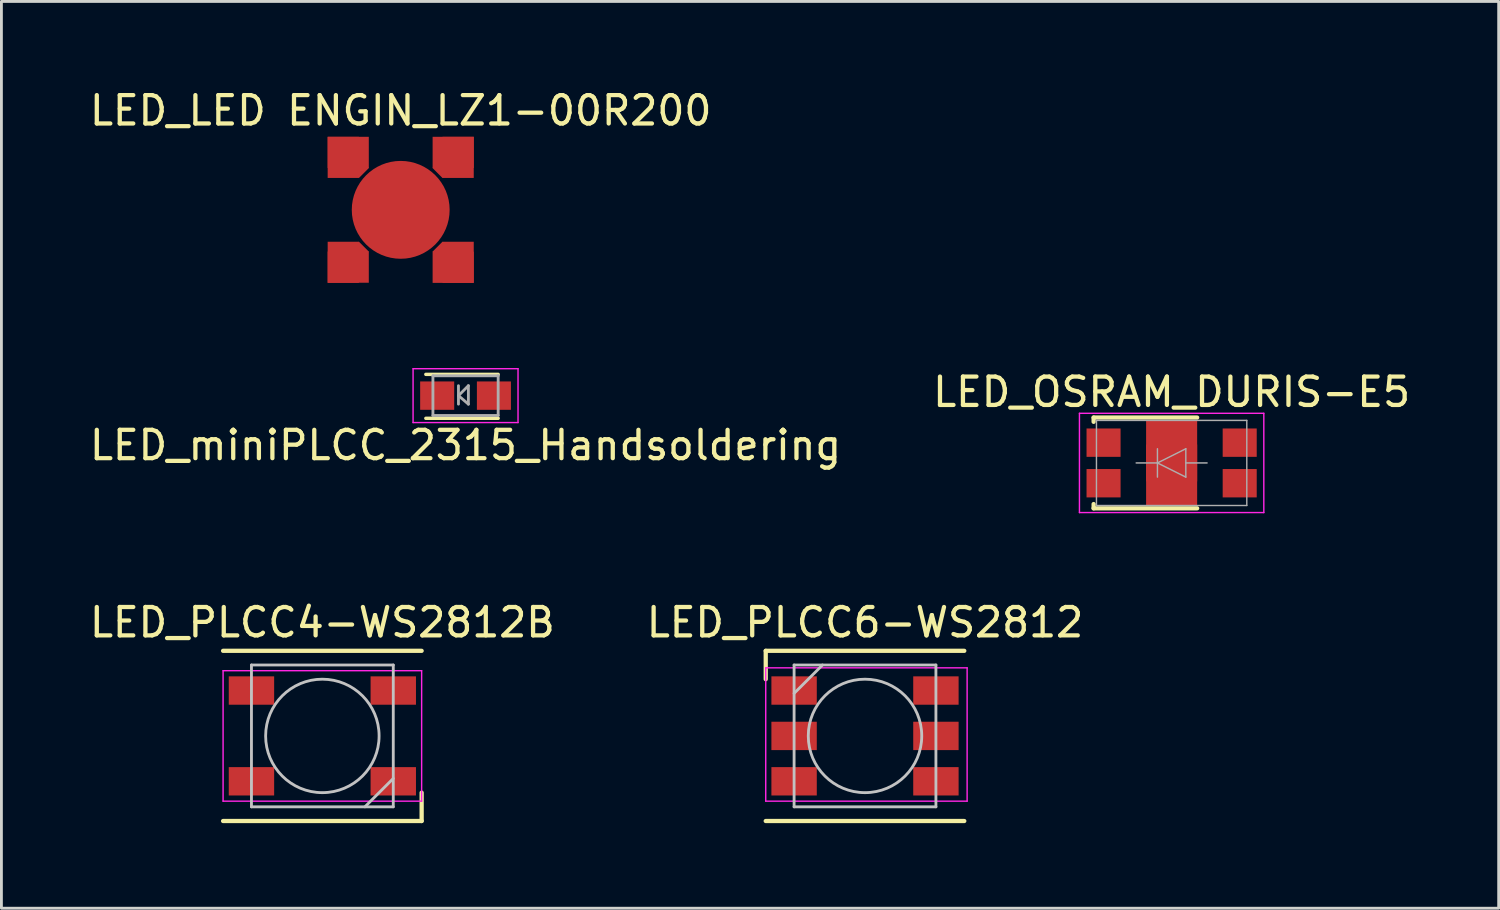
<source format=kicad_pcb>
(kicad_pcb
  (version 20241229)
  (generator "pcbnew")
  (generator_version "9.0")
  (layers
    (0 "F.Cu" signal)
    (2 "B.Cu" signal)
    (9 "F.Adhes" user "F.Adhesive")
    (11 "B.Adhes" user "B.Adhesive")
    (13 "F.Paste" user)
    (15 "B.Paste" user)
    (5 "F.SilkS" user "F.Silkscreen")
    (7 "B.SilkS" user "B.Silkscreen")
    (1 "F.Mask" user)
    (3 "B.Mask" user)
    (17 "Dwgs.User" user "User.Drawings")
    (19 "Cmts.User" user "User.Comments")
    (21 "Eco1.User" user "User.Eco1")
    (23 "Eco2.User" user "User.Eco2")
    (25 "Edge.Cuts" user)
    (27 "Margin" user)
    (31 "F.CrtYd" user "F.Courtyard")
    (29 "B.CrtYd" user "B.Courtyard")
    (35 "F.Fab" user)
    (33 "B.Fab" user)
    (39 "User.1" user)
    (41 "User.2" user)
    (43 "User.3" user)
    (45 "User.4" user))
  (footprint "LED_OSRAM_DURIS-E5"
    (layer "F.Cu")
    (at 38.256 13.271)
    (property "Reference" "LED_OSRAM_DURIS-E5" (at 0 -2.5 0) (layer "F.SilkS") (effects (font (size 1 1) (thickness 0.15))))
    (attr smd)
    (fp_line (start -2.75 -1.6) (end -2.75 -1.45) (stroke (width 0.15) (type solid)) (layer "F.SilkS"))
    (fp_line (start -2.75 1.6) (end -2.75 1.45) (stroke (width 0.15) (type solid)) (layer "F.SilkS"))
    (fp_line (start 0.9 -1.6) (end -2.75 -1.6) (stroke (width 0.15) (type solid)) (layer "F.SilkS"))
    (fp_line (start 0.9 1.6) (end -2.75 1.6) (stroke (width 0.15) (type solid)) (layer "F.SilkS"))
    (fp_line (start -3.25 -1.75) (end 3.25 -1.75) (stroke (width 0.05) (type solid)) (layer "F.CrtYd"))
    (fp_line (start -3.25 1.75) (end -3.25 -1.75) (stroke (width 0.05) (type solid)) (layer "F.CrtYd"))
    (fp_line (start 3.25 -1.75) (end 3.25 1.75) (stroke (width 0.05) (type solid)) (layer "F.CrtYd"))
    (fp_line (start 3.25 1.75) (end -3.25 1.75) (stroke (width 0.05) (type solid)) (layer "F.CrtYd"))
    (fp_line (start -2.65 -1.5) (end 2.65 -1.5) (stroke (width 0.05) (type solid)) (layer "F.Fab"))
    (fp_line (start -2.65 1.5) (end -2.65 -1.5) (stroke (width 0.05) (type solid)) (layer "F.Fab"))
    (fp_line (start -0.5 -0.5) (end -0.5 0.5) (stroke (width 0.05) (type solid)) (layer "F.Fab"))
    (fp_line (start -0.5 0) (end -1.25 0) (stroke (width 0.05) (type solid)) (layer "F.Fab"))
    (fp_line (start -0.5 0) (end 0.5 -0.5) (stroke (width 0.05) (type solid)) (layer "F.Fab"))
    (fp_line (start 0.5 -0.5) (end 0.5 0.5) (stroke (width 0.05) (type solid)) (layer "F.Fab"))
    (fp_line (start 0.5 0) (end 1.25 0) (stroke (width 0.05) (type solid)) (layer "F.Fab"))
    (fp_line (start 0.5 0.5) (end -0.5 0) (stroke (width 0.05) (type solid)) (layer "F.Fab"))
    (fp_line (start 2.65 -1.5) (end 2.65 1.5) (stroke (width 0.05) (type solid)) (layer "F.Fab"))
    (fp_line (start 2.65 1.5) (end -2.65 1.5) (stroke (width 0.05) (type solid)) (layer "F.Fab"))
    (pad "1" smd rect (at -2.4 -0.715) (size 1.2 1) (layers "F.Cu" "F.Mask" "F.Paste"))
    (pad "1" smd rect (at -2.4 0.715) (size 1.2 1) (layers "F.Cu" "F.Mask" "F.Paste"))
    (pad "2" smd rect (at 2.4 -0.715) (size 1.2 1) (layers "F.Cu" "F.Mask" "F.Paste"))
    (pad "2" smd rect (at 2.4 0.715) (size 1.2 1) (layers "F.Cu" "F.Mask" "F.Paste"))
    (pad "3" smd rect (at -0.5 -0.375) (size 0.7 0.5) (layers "F.Cu" "F.Mask" "F.Paste"))
    (pad "3" smd rect (at -0.5 0.375) (size 0.7 0.5) (layers "F.Cu" "F.Mask" "F.Paste"))
    (pad "3" smd rect (at 0 0) (size 1.8 1.3) (layers "F.Cu" "F.Mask"))
    (pad "3" smd rect (at 0 0) (size 1.8 3) (layers "F.Cu"))
    (pad "3" smd rect (at 0.5 -0.375) (size 0.7 0.5) (layers "F.Cu" "F.Mask" "F.Paste"))
    (pad "3" smd rect (at 0.5 0.375) (size 0.7 0.5) (layers "F.Cu" "F.Mask" "F.Paste")))
  (footprint "LED_LED ENGIN_LZ1-00R200"
    (layer "F.Cu")
    (at 11.077 4.348)
    (property "Reference" "LED_LED ENGIN_LZ1-00R200" (at 0 -3.5 0) (layer "F.SilkS") (effects (font (size 1 1) (thickness 0.15))))
    (attr through_hole)
    (pad "1" smd rect (at -2.575 -2.575) (size 1.1 1.45) (drill (offset 0.55 0.725)) (layers "F.Cu" "F.Mask" "F.Paste"))
    (pad "1" smd rect (at -2.575 -2.575) (size 1.45 1.1) (drill (offset 0.725 0.55)) (layers "F.Cu" "F.Mask" "F.Paste"))
    (pad "1" smd rect (at -2.575 2.57) (size 1.45 1.1) (drill (offset 0.725 -0.55)) (layers "F.Cu" "F.Mask" "F.Paste"))
    (pad "1" smd rect (at -2.575 2.575) (size 1.1 1.45) (drill (offset 0.55 -0.725)) (layers "F.Cu" "F.Mask" "F.Paste"))
    (pad "1" smd rect (at -1.475 -1.475 45) (size 0.5 0.5) (layers "F.Cu" "F.Mask" "F.Paste"))
    (pad "1" smd rect (at -1.475 1.475 45) (size 0.5 0.5) (layers "F.Cu" "F.Mask" "F.Paste"))
    (pad "2" smd circle (at 0 0) (size 3.45 3.45) (layers "F.Cu" "F.Mask" "F.Paste"))
    (pad "2" smd rect (at 1.475 -1.475 45) (size 0.5 0.5) (layers "F.Cu" "F.Mask" "F.Paste"))
    (pad "2" smd rect (at 1.475 1.475 45) (size 0.5 0.5) (layers "F.Cu" "F.Mask" "F.Paste"))
    (pad "2" smd rect (at 2.575 -2.575) (size 1.1 1.45) (drill (offset -0.55 0.725)) (layers "F.Cu" "F.Mask" "F.Paste"))
    (pad "2" smd rect (at 2.575 -2.575) (size 1.45 1.1) (drill (offset -0.725 0.55)) (layers "F.Cu" "F.Mask" "F.Paste"))
    (pad "2" smd rect (at 2.575 2.575) (size 1.1 1.45) (drill (offset -0.55 -0.725)) (layers "F.Cu" "F.Mask" "F.Paste"))
    (pad "2" smd rect (at 2.575 2.575) (size 1.45 1.1) (drill (offset -0.725 -0.55)) (layers "F.Cu" "F.Mask" "F.Paste")))
  (footprint "LED_PLCC4-WS2812B"
    (layer "F.Cu")
    (at 8.315 22.895)
    (property "Reference" "LED_PLCC4-WS2812B" (at 0 -4 0) (layer "F.SilkS") (effects (font (size 1 1) (thickness 0.15))))
    (attr smd)
    (fp_line (start -3.5 -3) (end 3.5 -3) (stroke (width 0.15) (type solid)) (layer "F.SilkS"))
    (fp_line (start -3.5 3) (end 3.5 3) (stroke (width 0.15) (type solid)) (layer "F.SilkS"))
    (fp_line (start 3.5 3) (end 3.5 2) (stroke (width 0.15) (type solid)) (layer "F.SilkS"))
    (fp_line (start -2.5 -2.5) (end -2.5 2.5) (stroke (width 0.1) (type solid)) (layer "Dwgs.User"))
    (fp_line (start -2.5 2.5) (end 2.5 2.5) (stroke (width 0.1) (type solid)) (layer "Dwgs.User"))
    (fp_line (start 2.5 -2.5) (end -2.5 -2.5) (stroke (width 0.1) (type solid)) (layer "Dwgs.User"))
    (fp_line (start 2.5 1.5) (end 1.5 2.5) (stroke (width 0.1) (type solid)) (layer "Dwgs.User"))
    (fp_line (start 2.5 2.5) (end 2.5 -2.5) (stroke (width 0.1) (type solid)) (layer "Dwgs.User"))
    (fp_circle (center 0 0) (end 0 -2) (stroke (width 0.1) (type solid)) (fill no) (layer "Dwgs.User"))
    (fp_line (start -3.5 -2.3) (end -3.5 2.3) (stroke (width 0.05) (type solid)) (layer "F.CrtYd"))
    (fp_line (start -3.5 2.3) (end 3.5 2.3) (stroke (width 0.05) (type solid)) (layer "F.CrtYd"))
    (fp_line (start 3.5 -2.3) (end -3.5 -2.3) (stroke (width 0.05) (type solid)) (layer "F.CrtYd"))
    (fp_line (start 3.5 2.3) (end 3.5 -2.3) (stroke (width 0.05) (type solid)) (layer "F.CrtYd"))
    (pad "1" smd rect (at -2.5 -1.6) (size 1.6 1) (layers "F.Cu" "F.Mask" "F.Paste"))
    (pad "2" smd rect (at -2.5 1.6) (size 1.6 1) (layers "F.Cu" "F.Mask" "F.Paste"))
    (pad "3" smd rect (at 2.5 1.6) (size 1.6 1) (layers "F.Cu" "F.Mask" "F.Paste"))
    (pad "4" smd rect (at 2.5 -1.6) (size 1.6 1) (layers "F.Cu" "F.Mask" "F.Paste")))
  (footprint "LED_PLCC6-WS2812"
    (layer "F.Cu")
    (at 27.446 22.895)
    (property "Reference" "LED_PLCC6-WS2812" (at 0 -4 0) (layer "F.SilkS") (effects (font (size 1 1) (thickness 0.15))))
    (attr through_hole)
    (fp_line (start -3.5 -3) (end 3.5 -3) (stroke (width 0.15) (type solid)) (layer "F.SilkS"))
    (fp_line (start -3.5 -2) (end -3.5 -3) (stroke (width 0.15) (type solid)) (layer "F.SilkS"))
    (fp_line (start -3.5 3) (end 3.5 3) (stroke (width 0.15) (type solid)) (layer "F.SilkS"))
    (fp_line (start -2.5 -2.5) (end 2.5 -2.5) (stroke (width 0.1) (type solid)) (layer "Dwgs.User"))
    (fp_line (start -2.5 -1.5) (end -1.5 -2.5) (stroke (width 0.1) (type solid)) (layer "Dwgs.User"))
    (fp_line (start -2.5 2.5) (end -2.5 -2.5) (stroke (width 0.1) (type solid)) (layer "Dwgs.User"))
    (fp_line (start 2.5 -2.5) (end 2.5 2.5) (stroke (width 0.1) (type solid)) (layer "Dwgs.User"))
    (fp_line (start 2.5 2.5) (end -2.5 2.5) (stroke (width 0.1) (type solid)) (layer "Dwgs.User"))
    (fp_circle (center 0 0) (end 0 -2) (stroke (width 0.1) (type solid)) (fill no) (layer "Dwgs.User"))
    (fp_line (start -3.5 -2.4) (end 3.6 -2.4) (stroke (width 0.05) (type solid)) (layer "F.CrtYd"))
    (fp_line (start -3.5 2.3) (end -3.5 -2.4) (stroke (width 0.05) (type solid)) (layer "F.CrtYd"))
    (fp_line (start 3.6 -2.4) (end 3.6 2.3) (stroke (width 0.05) (type solid)) (layer "F.CrtYd"))
    (fp_line (start 3.6 2.3) (end -3.5 2.3) (stroke (width 0.05) (type solid)) (layer "F.CrtYd"))
    (pad "1" smd rect (at -2.5 -1.6) (size 1.6 1) (layers "F.Cu" "F.Mask" "F.Paste"))
    (pad "2" smd rect (at -2.5 0) (size 1.6 1) (layers "F.Cu" "F.Mask" "F.Paste"))
    (pad "3" smd rect (at -2.5 1.6) (size 1.6 1) (layers "F.Cu" "F.Mask" "F.Paste"))
    (pad "4" smd rect (at 2.5 1.6) (size 1.6 1) (layers "F.Cu" "F.Mask" "F.Paste"))
    (pad "5" smd rect (at 2.5 0) (size 1.6 1) (layers "F.Cu" "F.Mask" "F.Paste"))
    (pad "6" smd rect (at 2.5 -1.6) (size 1.6 1) (layers "F.Cu" "F.Mask" "F.Paste")))
  (footprint "LED_miniPLCC_2315_Handsoldering"
    (layer "F.Cu")
    (at 13.363 10.898)
    (property "Reference" "LED_miniPLCC_2315_Handsoldering" (at 0 1.75 0) (layer "F.SilkS") (effects (font (size 1 1) (thickness 0.15))))
    (attr smd)
    (fp_line (start -1.4 0.8) (end 1.15 0.8) (stroke (width 0.12) (type solid)) (layer "F.SilkS"))
    (fp_line (start 1.15 -0.75) (end -1.4 -0.75) (stroke (width 0.12) (type solid)) (layer "F.SilkS"))
    (fp_line (start -1.85 -0.95) (end 1.85 -0.95) (stroke (width 0.05) (type solid)) (layer "F.CrtYd"))
    (fp_line (start -1.85 0.95) (end -1.85 -0.95) (stroke (width 0.05) (type solid)) (layer "F.CrtYd"))
    (fp_line (start 1.85 -0.95) (end 1.85 0.95) (stroke (width 0.05) (type solid)) (layer "F.CrtYd"))
    (fp_line (start 1.85 0.95) (end -1.85 0.95) (stroke (width 0.05) (type solid)) (layer "F.CrtYd"))
    (fp_line (start -1.15 -0.7) (end 1.15 -0.7) (stroke (width 0.1) (type solid)) (layer "F.Fab"))
    (fp_line (start -1.15 0.7) (end -1.15 -0.7) (stroke (width 0.1) (type solid)) (layer "F.Fab"))
    (fp_line (start -0.25 -0.35) (end -0.25 0.3) (stroke (width 0.1) (type solid)) (layer "F.Fab"))
    (fp_line (start -0.25 0) (end 0.1 0.3) (stroke (width 0.1) (type solid)) (layer "F.Fab"))
    (fp_line (start 0.1 -0.35) (end -0.25 0) (stroke (width 0.1) (type solid)) (layer "F.Fab"))
    (fp_line (start 0.1 0.3) (end 0.1 -0.35) (stroke (width 0.1) (type solid)) (layer "F.Fab"))
    (fp_line (start 1.15 -0.7) (end 1.15 0.7) (stroke (width 0.1) (type solid)) (layer "F.Fab"))
    (fp_line (start 1.15 0.7) (end -1.15 0.7) (stroke (width 0.1) (type solid)) (layer "F.Fab"))
    (pad "1" smd rect (at -1 0 180) (size 1.2 1) (layers "F.Cu" "F.Mask" "F.Paste"))
    (pad "2" smd rect (at 1 0 180) (size 1.2 1) (layers "F.Cu" "F.Mask" "F.Paste")))
  (gr_rect
    (start -3 -3)
    (end 49.786 28.97)
    (stroke (width 0.1) (type default))
    (fill no)
    (layer "Edge.Cuts")))
</source>
